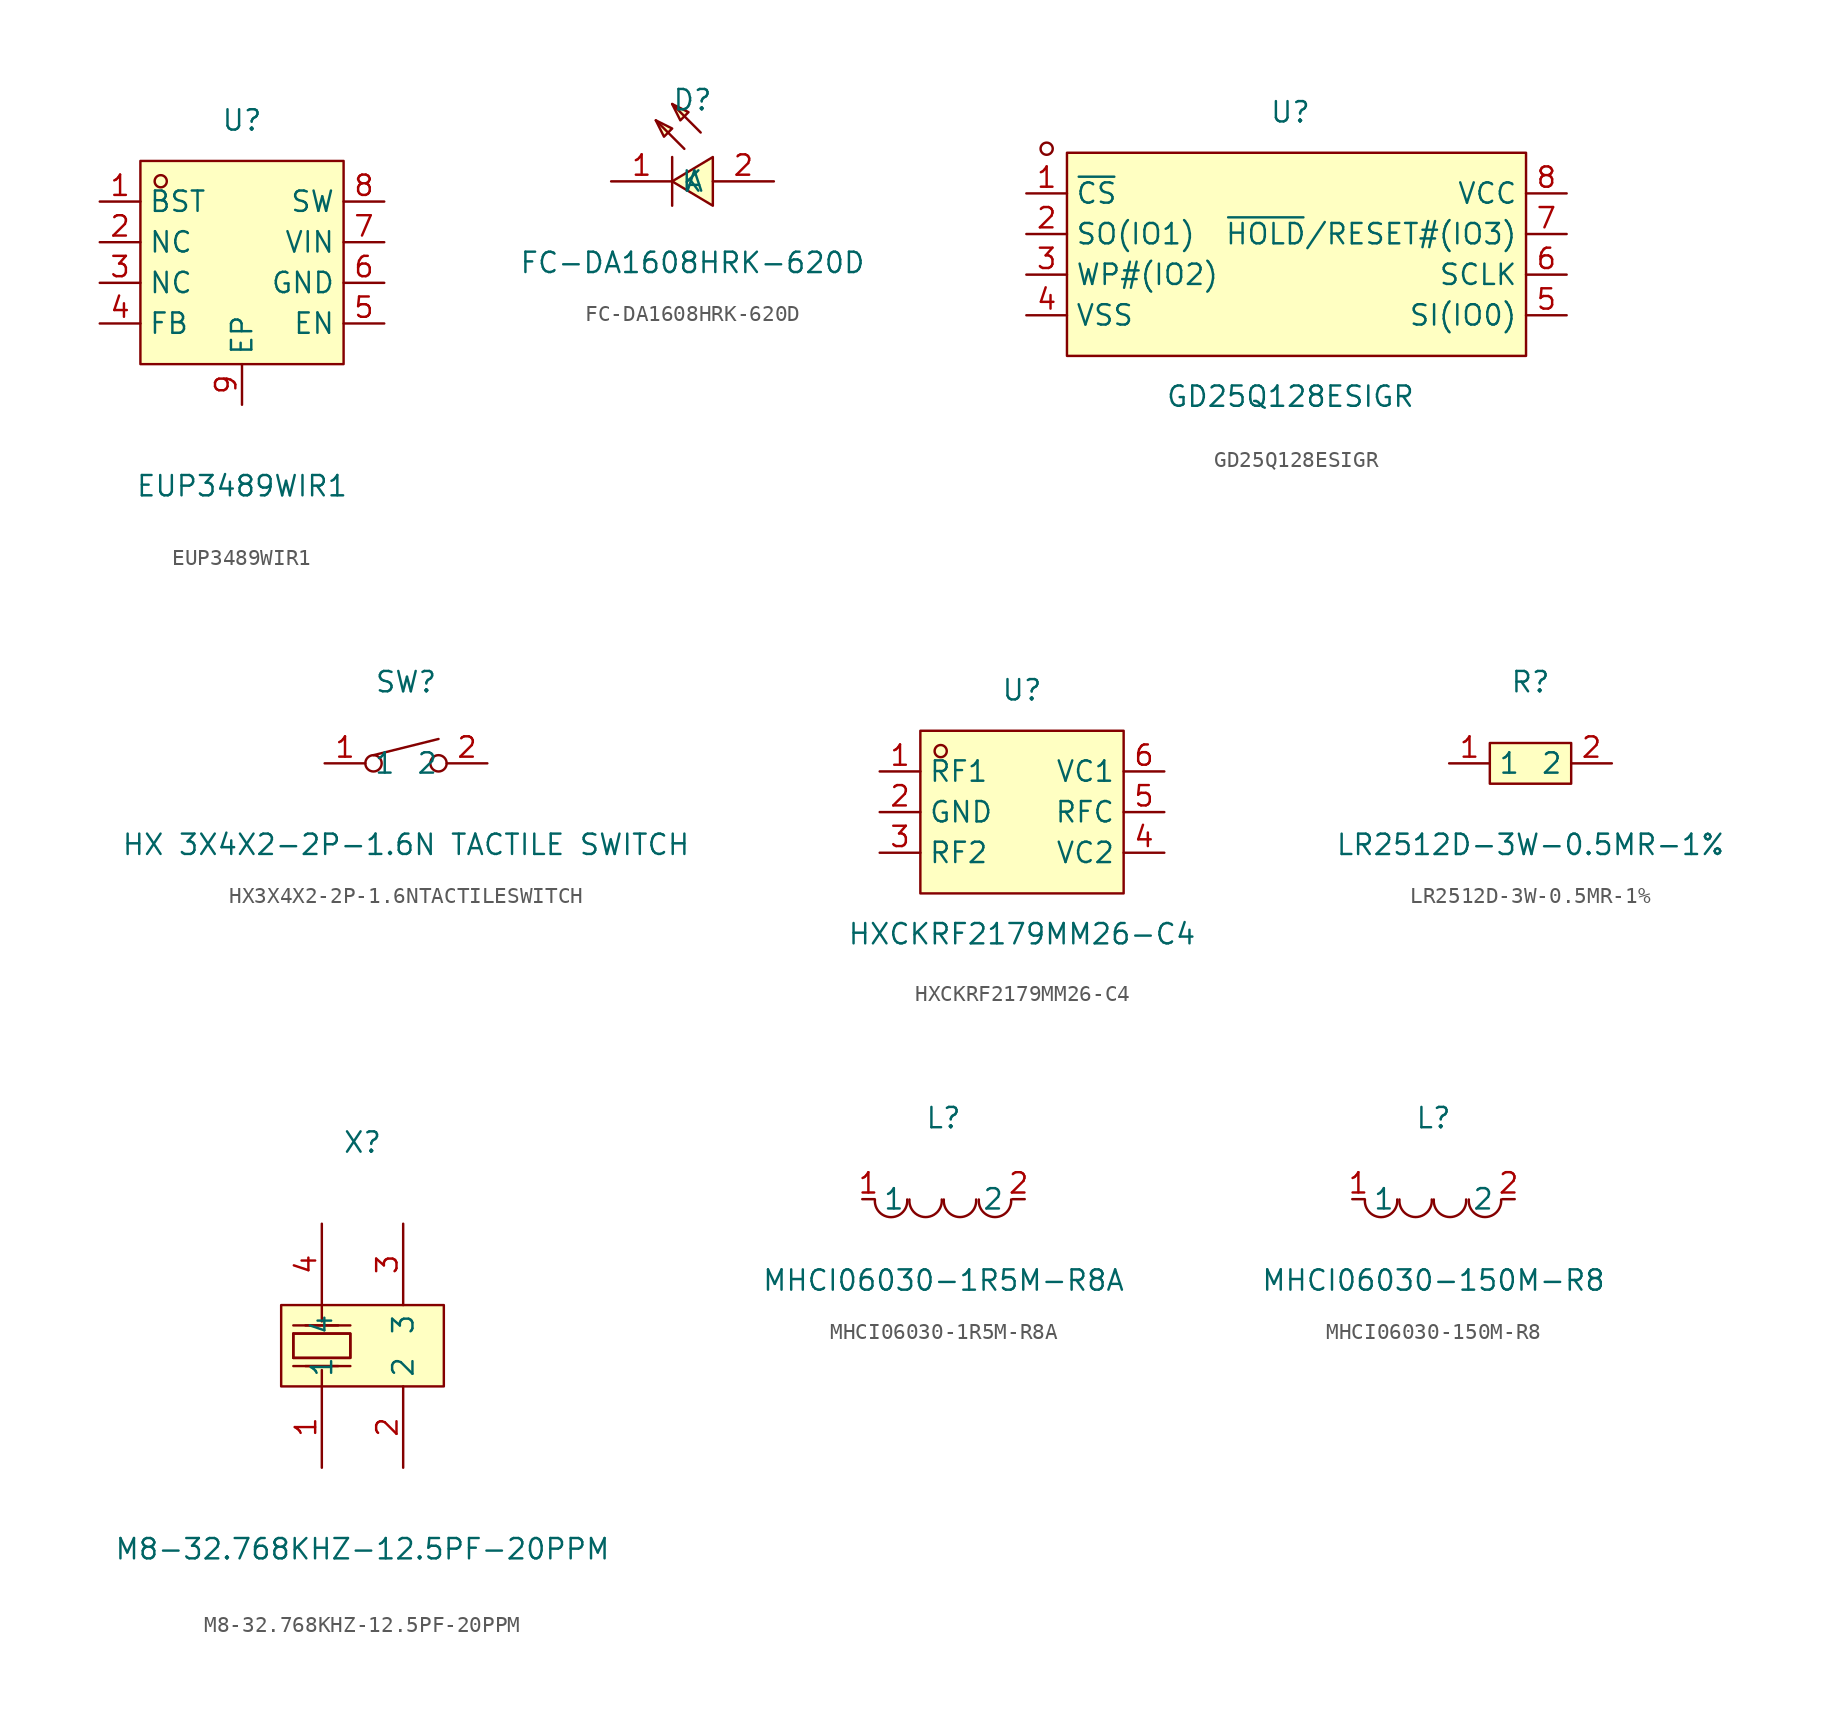
<source format=kicad_sym>
(kicad_symbol_lib
  (version 20241209)
  (generator "kicad_symbol_editor")
  (generator_version "9.0")
  (symbol "EUP3489WIR1"
    (property "Reference" "U"
      (at 0 8.89 0)
      (effects (font (size 1.27 1.27))))
    (property "Value" "EUP3489WIR1"
      (at 0 -13.97 0)
      (effects (font (size 1.27 1.27))))
    (symbol "EUP3489WIR1_0_1"
      (rectangle (start -6.35 6.35) (end 6.35 -6.35) (stroke (width 0) (type default) (color 0 0 0 0)) (fill (type background)))
      (circle (center -5.08 5.08) (radius 0.38) (stroke (width 0) (type default) (color 0 0 0 0)) (fill (type none)))
      (pin unspecified line (at -8.89 3.81 0) (length 2.54) (name "BST" (effects (font (size 1.27 1.27)))) (number "1" (effects (font (size 1.27 1.27)))))
      (pin unspecified line (at -8.89 1.27 0) (length 2.54) (name "NC" (effects (font (size 1.27 1.27)))) (number "2" (effects (font (size 1.27 1.27)))))
      (pin unspecified line (at -8.89 -1.27 0) (length 2.54) (name "NC" (effects (font (size 1.27 1.27)))) (number "3" (effects (font (size 1.27 1.27)))))
      (pin unspecified line (at -8.89 -3.81 0) (length 2.54) (name "FB" (effects (font (size 1.27 1.27)))) (number "4" (effects (font (size 1.27 1.27)))))
      (pin unspecified line (at 8.89 -3.81 180) (length 2.54) (name "EN" (effects (font (size 1.27 1.27)))) (number "5" (effects (font (size 1.27 1.27)))))
      (pin unspecified line (at 8.89 -1.27 180) (length 2.54) (name "GND" (effects (font (size 1.27 1.27)))) (number "6" (effects (font (size 1.27 1.27)))))
      (pin unspecified line (at 8.89 1.27 180) (length 2.54) (name "VIN" (effects (font (size 1.27 1.27)))) (number "7" (effects (font (size 1.27 1.27)))))
      (pin unspecified line (at 8.89 3.81 180) (length 2.54) (name "SW" (effects (font (size 1.27 1.27)))) (number "8" (effects (font (size 1.27 1.27)))))
      (pin unspecified line (at 0.00 -8.89 90) (length 2.54) (name "EP" (effects (font (size 1.27 1.27)))) (number "9" (effects (font (size 1.27 1.27)))))))
  (symbol "FC-DA1608HRK-620D"
    (property "Reference" "D"
      (at 0 5.08 0)
      (effects (font (size 1.27 1.27))))
    (property "Value" "FC-DA1608HRK-620D"
      (at 0 -5.08 0)
      (effects (font (size 1.27 1.27))))
    (symbol "FC-DA1608HRK-620D_0_1"
      (polyline (pts (xy -2.29 3.81) (xy -1.27 3.3) (xy -1.78 2.79) (xy -2.29 3.81)) (stroke (width 0) (type default)) (fill (type background)))
      (polyline (pts (xy -1.27 4.83) (xy -0.25 4.32) (xy -0.76 3.81) (xy -1.27 4.83)) (stroke (width 0) (type default)) (fill (type background)))
      (polyline (pts (xy -1.27 1.52) (xy -1.27 -1.52)) (stroke (width 0) (type default)) (fill (type none)))
      (polyline (pts (xy -0.51 2.03) (xy -2.29 3.81)) (stroke (width 0) (type default)) (fill (type none)))
      (polyline (pts (xy 0.51 3.05) (xy -1.27 4.83)) (stroke (width 0) (type default)) (fill (type none)))
      (polyline (pts (xy 1.27 -1.52) (xy -1.27 0) (xy 1.27 1.52) (xy 1.27 -1.52)) (stroke (width 0) (type default)) (fill (type background)))
      (pin input line (at -5.08 0 0) (length 3.81) (name "K" (effects (font (size 1.27 1.27)))) (number "1" (effects (font (size 1.27 1.27)))))
      (pin input line (at 5.08 0 180) (length 3.81) (name "A" (effects (font (size 1.27 1.27)))) (number "2" (effects (font (size 1.27 1.27)))))))
  (symbol "GD25Q128ESIGR"
    (property "Reference" "U"
      (at 0 8.89 0)
      (effects (font (size 1.27 1.27))))
    (property "Value" "GD25Q128ESIGR"
      (at 0 -8.89 0)
      (effects (font (size 1.27 1.27))))
    (symbol "GD25Q128ESIGR_0_1"
      (circle (center -15.24 6.604) (radius 0.38) (stroke (width 0) (type default)) (fill (type none)))
      (rectangle (start -13.97 6.35) (end 14.732 -6.35) (stroke (width 0) (type default)) (fill (type background)))
      (pin unspecified line (at -16.51 3.81 0) (length 2.54) (name "~{CS}" (effects (font (size 1.27 1.27)))) (number "1" (effects (font (size 1.27 1.27)))))
      (pin unspecified line (at -16.51 1.27 0) (length 2.54) (name "SO(IO1)" (effects (font (size 1.27 1.27)))) (number "2" (effects (font (size 1.27 1.27)))))
      (pin unspecified line (at -16.51 -1.27 0) (length 2.54) (name "WP#(IO2)" (effects (font (size 1.27 1.27)))) (number "3" (effects (font (size 1.27 1.27)))))
      (pin unspecified line (at -16.51 -3.81 0) (length 2.54) (name "VSS" (effects (font (size 1.27 1.27)))) (number "4" (effects (font (size 1.27 1.27)))))
      (pin unspecified line (at 17.272 3.81 180) (length 2.54) (name "VCC" (effects (font (size 1.27 1.27)))) (number "8" (effects (font (size 1.27 1.27)))))
      (pin unspecified line (at 17.272 1.27 180) (length 2.54) (name "~{HOLD}/RESET#(IO3)" (effects (font (size 1.27 1.27)))) (number "7" (effects (font (size 1.27 1.27)))))
      (pin unspecified line (at 17.272 -1.27 180) (length 2.54) (name "SCLK" (effects (font (size 1.27 1.27)))) (number "6" (effects (font (size 1.27 1.27)))))
      (pin unspecified line (at 17.272 -3.81 180) (length 2.54) (name "SI(IO0)" (effects (font (size 1.27 1.27)))) (number "5" (effects (font (size 1.27 1.27)))))))
  (symbol "HX3X4X2-2P-1.6NTACTILESWITCH"
    (property "Reference" "SW"
      (at 0 5.08 0)
      (effects (font (size 1.27 1.27))))
    (property "Value" "HX 3X4X2-2P-1.6N TACTILE SWITCH"
      (at 0 -5.08 0)
      (effects (font (size 1.27 1.27))))
    (symbol "HX3X4X2-2P-1.6NTACTILESWITCH_0_1"
      (circle (center -2.03 0) (radius 0.51) (stroke (width 0) (type default)) (fill (type none)))
      (polyline (pts (xy 2.03 1.52) (xy -2.03 0.51)) (stroke (width 0) (type default)) (fill (type none)))
      (circle (center 2.03 0) (radius 0.51) (stroke (width 0) (type default)) (fill (type none)))
      (pin unspecified line (at -5.08 0 0) (length 2.54) (name "1" (effects (font (size 1.27 1.27)))) (number "1" (effects (font (size 1.27 1.27)))))
      (pin unspecified line (at 5.08 0 180) (length 2.54) (name "2" (effects (font (size 1.27 1.27)))) (number "2" (effects (font (size 1.27 1.27)))))))
  (symbol "HXCKRF2179MM26-C4"
    (property "Reference" "U"
      (at 0 7.62 0)
      (effects (font (size 1.27 1.27))))
    (property "Value" "HXCKRF2179MM26-C4"
      (at 0 -7.62 0)
      (effects (font (size 1.27 1.27))))
    (symbol "HXCKRF2179MM26-C4_0_1"
      (rectangle (start -6.35 5.08) (end 6.35 -5.08) (stroke (width 0) (type default)) (fill (type background)))
      (circle (center -5.08 3.81) (radius 0.38) (stroke (width 0) (type default)) (fill (type none)))
      (pin unspecified line (at -8.89 2.54 0) (length 2.54) (name "RF1" (effects (font (size 1.27 1.27)))) (number "1" (effects (font (size 1.27 1.27)))))
      (pin unspecified line (at -8.89 0 0) (length 2.54) (name "GND" (effects (font (size 1.27 1.27)))) (number "2" (effects (font (size 1.27 1.27)))))
      (pin unspecified line (at -8.89 -2.54 0) (length 2.54) (name "RF2" (effects (font (size 1.27 1.27)))) (number "3" (effects (font (size 1.27 1.27)))))
      (pin unspecified line (at 8.89 2.54 180) (length 2.54) (name "VC1" (effects (font (size 1.27 1.27)))) (number "6" (effects (font (size 1.27 1.27)))))
      (pin unspecified line (at 8.89 0 180) (length 2.54) (name "RFC" (effects (font (size 1.27 1.27)))) (number "5" (effects (font (size 1.27 1.27)))))
      (pin unspecified line (at 8.89 -2.54 180) (length 2.54) (name "VC2" (effects (font (size 1.27 1.27)))) (number "4" (effects (font (size 1.27 1.27)))))))
  (symbol "LR2512D-3W-0.5MR-1%"
    (property "Reference" "R"
      (at 0 5.08 0)
      (effects (font (size 1.27 1.27))))
    (property "Value" "LR2512D-3W-0.5MR-1%"
      (at 0 -5.08 0)
      (effects (font (size 1.27 1.27))))
    (symbol "LR2512D-3W-0.5MR-1%_0_1"
      (rectangle (start -2.54 1.27) (end 2.54 -1.27) (stroke (width 0) (type default)) (fill (type background)))
      (pin unspecified line (at -5.08 0 0) (length 2.54) (name "1" (effects (font (size 1.27 1.27)))) (number "1" (effects (font (size 1.27 1.27)))))
      (pin unspecified line (at 5.08 0 180) (length 2.54) (name "2" (effects (font (size 1.27 1.27)))) (number "2" (effects (font (size 1.27 1.27)))))))
  (symbol "M8-32.768KHZ-12.5PF-20PPM"
    (property "Reference" "X"
      (at 0 12.70 0)
      (effects (font (size 1.27 1.27))))
    (property "Value" "M8-32.768KHZ-12.5PF-20PPM"
      (at 0 -12.70 0)
      (effects (font (size 1.27 1.27))))
    (symbol "M8-32.768KHZ-12.5PF-20PPM_0_1"
      (rectangle (start -5.08 2.54) (end 5.08 -2.54) (stroke (width 0) (type default) (color 0 0 0 0)) (fill (type background)))
      (polyline (pts (xy -0.76 -0.76) (xy -4.32 -0.76) (xy -4.32 0.76) (xy -0.76 0.76) (xy -0.76 -0.76)) (stroke (width 0) (type default) (color 0 0 0 0)) (fill (type background)))
      (polyline (pts (xy -4.32 1.27) (xy -0.76 1.27)) (stroke (width 0) (type default) (color 0 0 0 0)) (fill (type none)))
      (polyline (pts (xy -4.32 -1.27) (xy -0.76 -1.27)) (stroke (width 0) (type default) (color 0 0 0 0)) (fill (type none)))
      (polyline (pts (xy -2.54 2.54) (xy -2.54 1.52)) (stroke (width 0) (type default) (color 0 0 0 0)) (fill (type none)))
      (polyline (pts (xy -2.54 -2.54) (xy -2.54 -1.52)) (stroke (width 0) (type default) (color 0 0 0 0)) (fill (type none)))
      (polyline (pts (xy -4.32 0.76) (xy -0.76 0.76) (xy -0.76 -0.76) (xy -4.32 -0.76)) (stroke (width 0) (type default) (color 0 0 0 0)) (fill (type none)))
      (polyline (pts (xy -3.56 -1.27) (xy -1.52 -1.27)) (stroke (width 0) (type default) (color 0 0 0 0)) (fill (type none)))
      (polyline (pts (xy -4.32 -0.76) (xy -4.32 0.76)) (stroke (width 0) (type default) (color 0 0 0 0)) (fill (type none)))
      (polyline (pts (xy -3.56 1.27) (xy -1.52 1.27)) (stroke (width 0) (type default) (color 0 0 0 0)) (fill (type none)))
      (pin unspecified line (at -2.54 7.62 270) (length 5.08) (name "4" (effects (font (size 1.27 1.27)))) (number "4" (effects (font (size 1.27 1.27)))))
      (pin unspecified line (at 2.54 7.62 270) (length 5.08) (name "3" (effects (font (size 1.27 1.27)))) (number "3" (effects (font (size 1.27 1.27)))))
      (pin unspecified line (at 2.54 -7.62 90) (length 5.08) (name "2" (effects (font (size 1.27 1.27)))) (number "2" (effects (font (size 1.27 1.27)))))
      (pin unspecified line (at -2.54 -7.62 90) (length 5.08) (name "1" (effects (font (size 1.27 1.27)))) (number "1" (effects (font (size 1.27 1.27)))))))
  (symbol "MHCI06030-1R5M-R8A"
    (property "Reference" "L"
      (at 0 5.08 0)
      (effects (font (size 1.27 1.27))))
    (property "Value" "MHCI06030-1R5M-R8A"
      (at 0 -5.08 0)
      (effects (font (size 1.27 1.27))))
    (symbol "MHCI06030-1R5M-R8A_0_1"
      (arc (start -4.29 -0.02) (mid -2.81 -1.01) (end -2.27 -0.02) (stroke (width 0) (type default) (color 0 0 0 0)) (fill (type none)))
      (arc (start -2.13 -0.02) (mid -0.66 -1.01) (end -0.11 -0.02) (stroke (width 0) (type default) (color 0 0 0 0)) (fill (type none)))
      (arc (start 0.02 -0.02) (mid 1.49 -1.01) (end 2.04 -0.02) (stroke (width 0) (type default) (color 0 0 0 0)) (fill (type none)))
      (arc (start 2.21 -0.02) (mid 3.68 -1.01) (end 4.23 -0.02) (stroke (width 0) (type default) (color 0 0 0 0)) (fill (type none)))
      (pin unspecified line (at 5.08 -0.00 180) (length 0.762) (name "2" (effects (font (size 1.27 1.27)))) (number "2" (effects (font (size 1.27 1.27)))))
      (pin unspecified line (at -5.08 -0.00 0) (length 0.762) (name "1" (effects (font (size 1.27 1.27)))) (number "1" (effects (font (size 1.27 1.27)))))))
  (symbol "MHCI06030-150M-R8"
    (property "Reference" "L"
      (at 0 5.08 0)
      (effects (font (size 1.27 1.27))))
    (property "Value" "MHCI06030-150M-R8"
      (at 0 -5.08 0)
      (effects (font (size 1.27 1.27))))
    (symbol "MHCI06030-150M-R8_0_1"
      (arc (start -2.27 -0.02) (mid -3.28 -1.1255) (end -4.29 -0.02) (stroke (width 0) (type default)) (fill (type none)))
      (arc (start -0.11 -0.02) (mid -1.12 -1.1204) (end -2.13 -0.02) (stroke (width 0) (type default)) (fill (type none)))
      (arc (start 2.04 -0.02) (mid 1.03 -1.1204) (end 0.02 -0.02) (stroke (width 0) (type default)) (fill (type none)))
      (arc (start 4.23 -0.02) (mid 3.22 -1.1204) (end 2.21 -0.02) (stroke (width 0) (type default)) (fill (type none)))
      (pin unspecified line (at -5.08 0 0) (length 0.762) (name "1" (effects (font (size 1.27 1.27)))) (number "1" (effects (font (size 1.27 1.27)))))
      (pin unspecified line (at 5.08 0 180) (length 0.762) (name "2" (effects (font (size 1.27 1.27)))) (number "2" (effects (font (size 1.27 1.27))))))))
</source>
